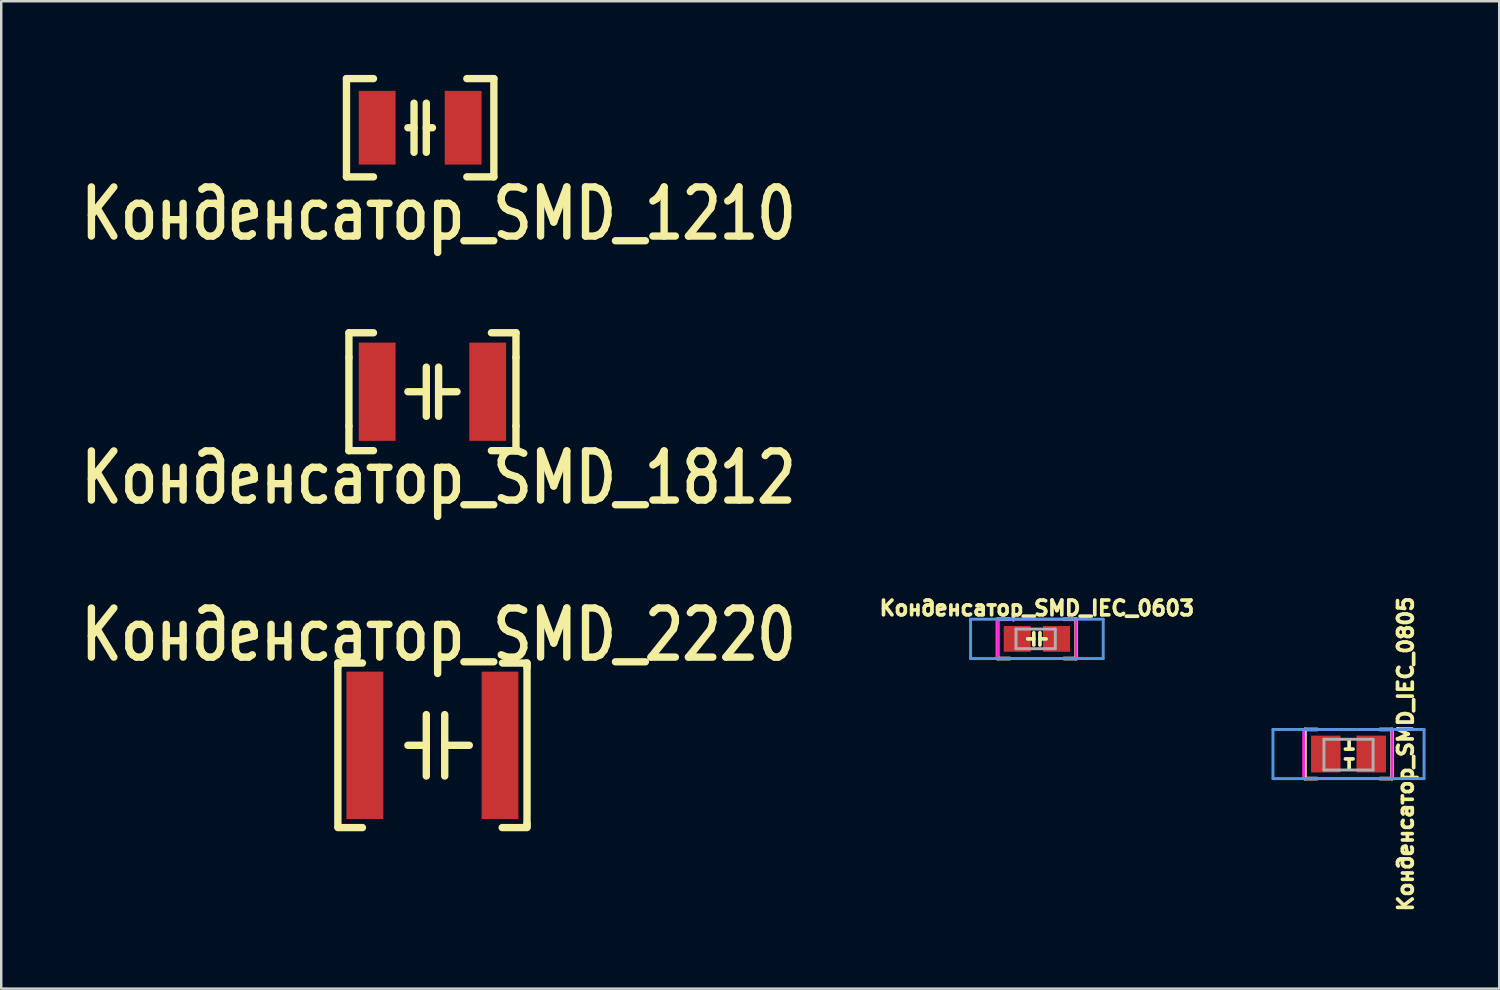
<source format=kicad_pcb>
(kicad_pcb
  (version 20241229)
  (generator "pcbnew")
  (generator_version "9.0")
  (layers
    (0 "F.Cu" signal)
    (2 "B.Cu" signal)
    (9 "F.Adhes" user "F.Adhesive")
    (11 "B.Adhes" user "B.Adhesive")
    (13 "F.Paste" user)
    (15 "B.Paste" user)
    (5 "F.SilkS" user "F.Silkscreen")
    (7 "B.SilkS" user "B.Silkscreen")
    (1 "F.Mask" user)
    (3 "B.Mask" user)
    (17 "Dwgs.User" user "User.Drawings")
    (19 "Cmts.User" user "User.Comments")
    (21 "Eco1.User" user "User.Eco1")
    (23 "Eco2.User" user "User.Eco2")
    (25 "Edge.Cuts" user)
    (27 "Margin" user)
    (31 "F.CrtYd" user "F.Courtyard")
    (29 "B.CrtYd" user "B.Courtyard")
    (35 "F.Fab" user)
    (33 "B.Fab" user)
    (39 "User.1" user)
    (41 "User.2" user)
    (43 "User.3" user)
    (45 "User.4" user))
  (footprint "Конденсатор_SMD_1812"
    (layer "F.Cu")
    (at 12.304 12.896)
    (property "Reference" "Конденсатор_SMD_1812" (at 2.5 3.5 180) (layer "F.SilkS") (effects (font (size 2 1.6) (thickness 0.3))))
    (attr through_hole)
    (fp_line (start -1.15 -2.4) (end -1.15 -1.4) (stroke (width 0.3) (type solid)) (layer "F.SilkS"))
    (fp_line (start -1.15 -2.4) (end -0.15 -2.4) (stroke (width 0.3) (type solid)) (layer "F.SilkS"))
    (fp_line (start -1.15 -1.4) (end -1.15 1.4) (stroke (width 0.3) (type solid)) (layer "F.SilkS"))
    (fp_line (start -1.15 2.4) (end -1.15 1.4) (stroke (width 0.3) (type solid)) (layer "F.SilkS"))
    (fp_line (start -1.15 2.4) (end -0.15 2.4) (stroke (width 0.3) (type solid)) (layer "F.SilkS"))
    (fp_line (start 2 -1) (end 2 1) (stroke (width 0.3) (type solid)) (layer "F.SilkS"))
    (fp_line (start 2 0) (end 1.25 0) (stroke (width 0.3) (type solid)) (layer "F.SilkS"))
    (fp_line (start 2.5 -1) (end 2.5 1) (stroke (width 0.3) (type solid)) (layer "F.SilkS"))
    (fp_line (start 2.5 0) (end 3.25 0) (stroke (width 0.3) (type solid)) (layer "F.SilkS"))
    (fp_line (start 5.65 -2.4) (end 4.65 -2.4) (stroke (width 0.3) (type solid)) (layer "F.SilkS"))
    (fp_line (start 5.65 -2.4) (end 5.65 -1.4) (stroke (width 0.3) (type solid)) (layer "F.SilkS"))
    (fp_line (start 5.65 -1.4) (end 5.65 1.4) (stroke (width 0.3) (type solid)) (layer "F.SilkS"))
    (fp_line (start 5.65 2.4) (end 4.65 2.4) (stroke (width 0.3) (type solid)) (layer "F.SilkS"))
    (fp_line (start 5.65 2.4) (end 5.65 1.4) (stroke (width 0.3) (type solid)) (layer "F.SilkS"))
    (pad "1" smd rect (at 0 0) (size 1.5 4) (layers "F.Cu" "F.Mask" "F.Paste"))
    (pad "2" smd rect (at 4.5 0) (size 1.5 4) (layers "F.Cu" "F.Mask" "F.Paste")))
  (footprint "Конденсатор_SMD_2220"
    (layer "F.Cu")
    (at 11.804 27.29)
    (property "Reference" "Конденсатор_SMD_2220" (at 3 -4.5 0) (layer "F.SilkS") (effects (font (size 2 1.6) (thickness 0.3))))
    (attr through_hole)
    (fp_line (start -1.1 -3.35) (end -1.1 -3.2) (stroke (width 0.3) (type solid)) (layer "F.SilkS"))
    (fp_line (start -1.1 -3.35) (end -0.1 -3.35) (stroke (width 0.3) (type solid)) (layer "F.SilkS"))
    (fp_line (start -1.1 -3.2) (end -1.1 3.3) (stroke (width 0.3) (type solid)) (layer "F.SilkS"))
    (fp_line (start -1.1 3.35) (end -0.1 3.35) (stroke (width 0.3) (type solid)) (layer "F.SilkS"))
    (fp_line (start 2.5 0) (end 1.75 0) (stroke (width 0.3) (type solid)) (layer "F.SilkS"))
    (fp_line (start 2.5 0) (end 2.5 -1.25) (stroke (width 0.3) (type solid)) (layer "F.SilkS"))
    (fp_line (start 2.5 0) (end 2.5 1.25) (stroke (width 0.3) (type solid)) (layer "F.SilkS"))
    (fp_line (start 3.25 0) (end 3.25 -1.25) (stroke (width 0.3) (type solid)) (layer "F.SilkS"))
    (fp_line (start 3.25 0) (end 3.25 1.25) (stroke (width 0.3) (type solid)) (layer "F.SilkS"))
    (fp_line (start 3.25 0) (end 4.25 0) (stroke (width 0.3) (type solid)) (layer "F.SilkS"))
    (fp_line (start 6.59 3.35) (end 5.59 3.35) (stroke (width 0.3) (type solid)) (layer "F.SilkS"))
    (fp_line (start 6.6 -3.35) (end 5.6 -3.35) (stroke (width 0.3) (type solid)) (layer "F.SilkS"))
    (fp_line (start 6.6 -3.35) (end 6.6 -3.17) (stroke (width 0.3) (type solid)) (layer "F.SilkS"))
    (fp_line (start 6.6 3.25) (end 6.6 -3.25) (stroke (width 0.3) (type solid)) (layer "F.SilkS"))
    (fp_line (start 6.6 3.34) (end 6.6 3.19) (stroke (width 0.3) (type solid)) (layer "F.SilkS"))
    (pad "1" smd rect (at 0 0) (size 1.5 6) (layers "F.Cu" "F.Mask" "F.Paste"))
    (pad "2" smd rect (at 5.5 0) (size 1.5 6) (layers "F.Cu" "F.Mask" "F.Paste")))
  (footprint "Конденсатор_SMD_IEC_0805"
    (layer "F.Cu")
    (at 50.92 27.644)
    (property "Reference" "Конденсатор_SMD_IEC_0805" (at 3.25 0 90) (layer "F.SilkS") (effects (font (size 0.6 0.6) (thickness 0.15))))
    (attr smd)
    (fp_line (start -0.85 -1) (end -0.35 -1) (stroke (width 0.15) (type solid)) (layer "F.SilkS"))
    (fp_line (start -0.85 1) (end -0.85 -1) (stroke (width 0.15) (type solid)) (layer "F.SilkS"))
    (fp_line (start -0.85 1) (end -0.35 1) (stroke (width 0.15) (type solid)) (layer "F.SilkS"))
    (fp_line (start 0.8 -0.2) (end 1.11 -0.2) (stroke (width 0.15) (type solid)) (layer "F.SilkS"))
    (fp_line (start 0.8 0.2) (end 1.11 0.2) (stroke (width 0.15) (type solid)) (layer "F.SilkS"))
    (fp_line (start 0.95 -0.2) (end 0.95 -0.575) (stroke (width 0.15) (type solid)) (layer "F.SilkS"))
    (fp_line (start 0.95 0.6) (end 0.95 0.225) (stroke (width 0.15) (type solid)) (layer "F.SilkS"))
    (fp_line (start 2.7 -1) (end 2.2 -1) (stroke (width 0.15) (type solid)) (layer "F.SilkS"))
    (fp_line (start 2.7 -1) (end 2.7 1) (stroke (width 0.15) (type solid)) (layer "F.SilkS"))
    (fp_line (start 2.7 1) (end 2.2 1) (stroke (width 0.15) (type solid)) (layer "F.SilkS"))
    (fp_line (start -2.15 -1) (end 4 -1) (stroke (width 0.12) (type solid)) (layer "Cmts.User"))
    (fp_line (start -2.15 1) (end -2.15 -1) (stroke (width 0.12) (type solid)) (layer "Cmts.User"))
    (fp_line (start 4 -1) (end 4 1) (stroke (width 0.12) (type solid)) (layer "Cmts.User"))
    (fp_line (start 4 1) (end -2.15 1) (stroke (width 0.12) (type solid)) (layer "Cmts.User"))
    (fp_line (start -0.9 -1) (end -0.9 1) (stroke (width 0.12) (type solid)) (layer "F.CrtYd"))
    (fp_line (start -0.9 1) (end 2.7 1) (stroke (width 0.12) (type solid)) (layer "F.CrtYd"))
    (fp_line (start 2.7 -1) (end -0.9 -1) (stroke (width 0.12) (type solid)) (layer "F.CrtYd"))
    (fp_line (start 2.7 1) (end 2.7 -1) (stroke (width 0.12) (type solid)) (layer "F.CrtYd"))
    (fp_line (start -0.075 -0.6) (end -0.075 0.65) (stroke (width 0.12) (type solid)) (layer "F.Fab"))
    (fp_line (start -0.075 0.65) (end 1.925 0.65) (stroke (width 0.12) (type solid)) (layer "F.Fab"))
    (fp_line (start 1.925 -0.6) (end -0.075 -0.6) (stroke (width 0.12) (type solid)) (layer "F.Fab"))
    (fp_line (start 1.925 0.65) (end 1.925 -0.6) (stroke (width 0.12) (type solid)) (layer "F.Fab"))
    (pad "1" smd rect (at 0 0) (size 1.2 1.5) (layers "F.Cu" "F.Mask" "F.Paste"))
    (pad "2" smd rect (at 1.85 0) (size 1.2 1.5) (layers "F.Cu" "F.Mask" "F.Paste")))
  (footprint "Конденсатор_SMD_IEC_0603"
    (layer "F.Cu")
    (at 39.159 22.957)
    (property "Reference" "Конденсатор_SMD_IEC_0603" (at 0 -1.25 0) (layer "F.SilkS") (effects (font (size 0.6 0.6) (thickness 0.15))))
    (attr smd)
    (fp_line (start -1.6 -0.8) (end -1.6 0.8) (stroke (width 0.15) (type solid)) (layer "F.SilkS"))
    (fp_line (start -1.6 -0.8) (end -1.1 -0.8) (stroke (width 0.15) (type solid)) (layer "F.SilkS"))
    (fp_line (start -1.6 0.8) (end -1.1 0.8) (stroke (width 0.15) (type solid)) (layer "F.SilkS"))
    (fp_line (start -0.125 -0.25) (end -0.125 0.25) (stroke (width 0.15) (type solid)) (layer "F.SilkS"))
    (fp_line (start -0.125 0) (end -0.375 0) (stroke (width 0.15) (type solid)) (layer "F.SilkS"))
    (fp_line (start 0.125 -0.25) (end 0.125 0.25) (stroke (width 0.15) (type solid)) (layer "F.SilkS"))
    (fp_line (start 0.125 0) (end 0.375 0) (stroke (width 0.15) (type solid)) (layer "F.SilkS"))
    (fp_line (start 1.6 -0.8) (end 1.1 -0.8) (stroke (width 0.15) (type solid)) (layer "F.SilkS"))
    (fp_line (start 1.6 -0.8) (end 1.6 0.8) (stroke (width 0.15) (type solid)) (layer "F.SilkS"))
    (fp_line (start 1.6 0.8) (end 1.1 0.8) (stroke (width 0.15) (type solid)) (layer "F.SilkS"))
    (fp_line (start -2.7 -0.8) (end -2.7 0.8) (stroke (width 0.12) (type solid)) (layer "Cmts.User"))
    (fp_line (start -2.7 -0.8) (end 2.7 -0.8) (stroke (width 0.12) (type solid)) (layer "Cmts.User"))
    (fp_line (start -2.7 0.8) (end 2.7 0.8) (stroke (width 0.12) (type solid)) (layer "Cmts.User"))
    (fp_line (start 2.7 -0.8) (end 2.7 0.8) (stroke (width 0.12) (type solid)) (layer "Cmts.User"))
    (fp_line (start -1.6 -0.8) (end 1.6 -0.8) (stroke (width 0.12) (type solid)) (layer "F.CrtYd"))
    (fp_line (start -1.6 0.8) (end -1.6 -0.8) (stroke (width 0.12) (type solid)) (layer "F.CrtYd"))
    (fp_line (start 1.6 -0.8) (end 1.6 0.8) (stroke (width 0.12) (type solid)) (layer "F.CrtYd"))
    (fp_line (start 1.6 0.8) (end -1.6 0.8) (stroke (width 0.12) (type solid)) (layer "F.CrtYd"))
    (fp_line (start -0.85 -0.4) (end -0.85 0.4) (stroke (width 0.12) (type solid)) (layer "F.Fab"))
    (fp_line (start -0.85 0.4) (end 0.75 0.4) (stroke (width 0.12) (type solid)) (layer "F.Fab"))
    (fp_line (start 0.75 -0.4) (end -0.85 -0.4) (stroke (width 0.12) (type solid)) (layer "F.Fab"))
    (fp_line (start 0.75 0.4) (end 0.75 -0.4) (stroke (width 0.12) (type solid)) (layer "F.Fab"))
    (pad "1" smd rect (at -0.8 0) (size 1.1 1.05) (layers "F.Cu" "F.Mask" "F.Paste"))
    (pad "2" smd rect (at 0.8 0) (size 1.1 1.05) (layers "F.Cu" "F.Mask" "F.Paste")))
  (footprint "Конденсатор_SMD_1210"
    (layer "F.Cu")
    (at 12.304 2.15)
    (property "Reference" "Конденсатор_SMD_1210" (at 2.5 3.5 180) (layer "F.SilkS") (effects (font (size 2 1.6) (thickness 0.3))))
    (attr through_hole)
    (fp_line (start -1.25 -2) (end -1.25 2) (stroke (width 0.3) (type solid)) (layer "F.SilkS"))
    (fp_line (start -1.25 -2) (end -0.15 -2) (stroke (width 0.3) (type solid)) (layer "F.SilkS"))
    (fp_line (start -1.25 2) (end -0.15 2) (stroke (width 0.3) (type solid)) (layer "F.SilkS"))
    (fp_line (start 1.5 -1) (end 1.5 1) (stroke (width 0.3) (type solid)) (layer "F.SilkS"))
    (fp_line (start 1.5 0) (end 1.25 0) (stroke (width 0.3) (type solid)) (layer "F.SilkS"))
    (fp_line (start 2 -1) (end 2 1) (stroke (width 0.3) (type solid)) (layer "F.SilkS"))
    (fp_line (start 2 0) (end 2.25 0) (stroke (width 0.3) (type solid)) (layer "F.SilkS"))
    (fp_line (start 4.75 -2) (end 3.65 -2) (stroke (width 0.3) (type solid)) (layer "F.SilkS"))
    (fp_line (start 4.75 -2) (end 4.75 2) (stroke (width 0.3) (type solid)) (layer "F.SilkS"))
    (fp_line (start 4.75 2) (end 3.65 2) (stroke (width 0.3) (type solid)) (layer "F.SilkS"))
    (pad "1" smd rect (at 0 0) (size 1.5 3) (layers "F.Cu" "F.Mask" "F.Paste"))
    (pad "2" smd rect (at 3.5 0) (size 1.5 3) (layers "F.Cu" "F.Mask" "F.Paste")))
  (gr_rect
    (start -3 -3)
    (end 57.98 37.194)
    (stroke (width 0.1) (type default))
    (fill no)
    (layer "Edge.Cuts")))
</source>
